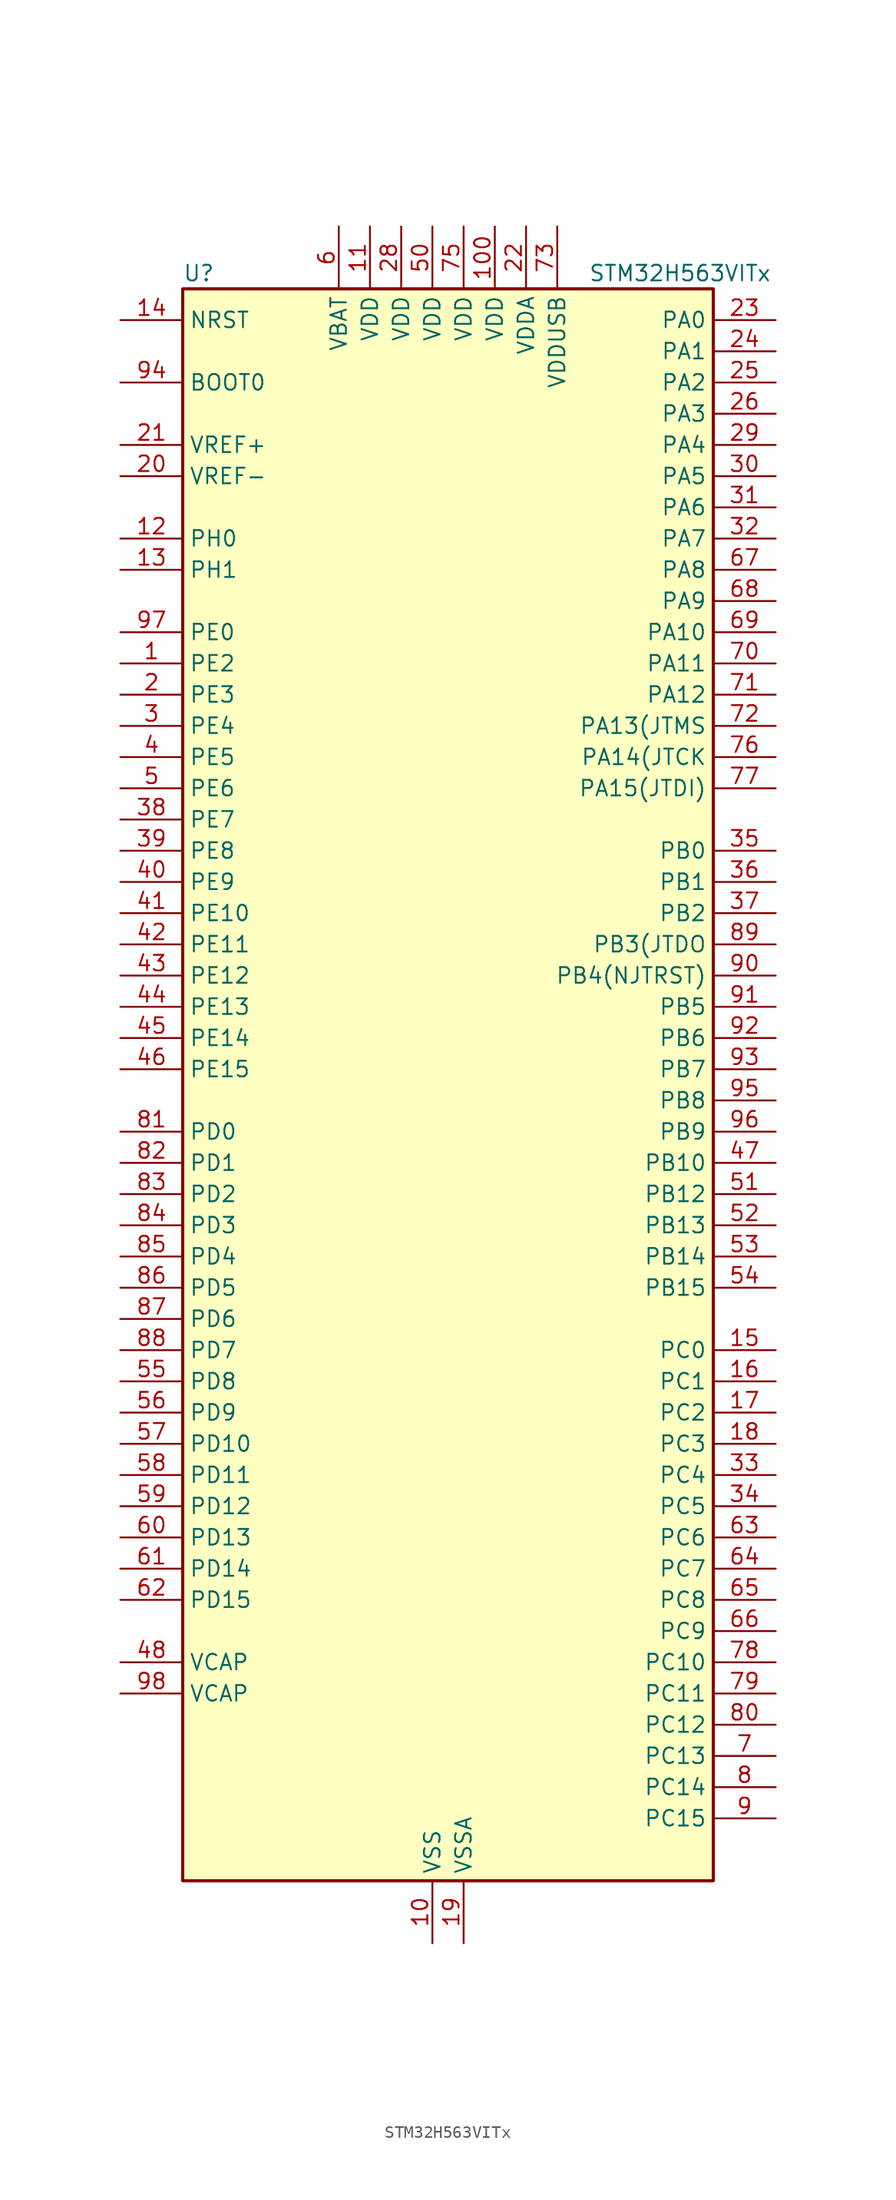
<source format=kicad_sym>
(kicad_symbol_lib
  (version 20231120)
  (generator "kicad_symbol_editor")
  (generator_version "8.0")
  (symbol "STM32H563VITx"
    (property "Reference" "U"
      (at -20.32 67.31 0)
      (effects (font (size 1.27 1.27)) (justify left)))
    (property "Value" "STM32H563VITx"
      (at 12.7 67.31 0)
      (effects (font (size 1.27 1.27)) (justify left)))
    (property "ki_locked" ""
      (at 0 0 0)
      (effects (font (size 1.27 1.27))))
    (symbol "STM32H563VITx_0_1"
      (rectangle (start -20.32 -63.5) (end 22.86 66.04) (stroke (width 0.254) (type default)) (fill (type background))))
    (symbol "STM32H563VITx_1_1"
      (pin bidirectional line (at -25.4 35.56 0) (length 5.08) (name "PE2" (effects (font (size 1.27 1.27)))) (number "1" (effects (font (size 1.27 1.27)))) (alternate "DCMI_D3" bidirectional line) (alternate "DEBUG_TRACECLK" bidirectional line) (alternate "ETH_TXD3" bidirectional line) (alternate "FMC_A23" bidirectional line) (alternate "LPTIM1_IN2" bidirectional line) (alternate "OCTOSPI1_IO2" bidirectional line) (alternate "PSSI_D3" bidirectional line) (alternate "SAI1_CK1" bidirectional line) (alternate "SAI1_MCLK_A" bidirectional line) (alternate "SPI4_SCK" bidirectional line) (alternate "UART8_TX" bidirectional line) (alternate "USART10_RX" bidirectional line))
      (pin power_in line (at 0 -68.58 90) (length 5.08) (name "VSS" (effects (font (size 1.27 1.27)))) (number "10" (effects (font (size 1.27 1.27)))))
      (pin power_in line (at 5.08 71.12 270) (length 5.08) (name "VDD" (effects (font (size 1.27 1.27)))) (number "100" (effects (font (size 1.27 1.27)))))
      (pin power_in line (at -5.08 71.12 270) (length 5.08) (name "VDD" (effects (font (size 1.27 1.27)))) (number "11" (effects (font (size 1.27 1.27)))))
      (pin bidirectional line (at -25.4 45.72 0) (length 5.08) (name "PH0" (effects (font (size 1.27 1.27)))) (number "12" (effects (font (size 1.27 1.27)))) (alternate "RCC_OSC_IN" bidirectional line))
      (pin bidirectional line (at -25.4 43.18 0) (length 5.08) (name "PH1" (effects (font (size 1.27 1.27)))) (number "13" (effects (font (size 1.27 1.27)))) (alternate "RCC_OSC_OUT" bidirectional line))
      (pin input line (at -25.4 63.5 0) (length 5.08) (name "NRST" (effects (font (size 1.27 1.27)))) (number "14" (effects (font (size 1.27 1.27)))))
      (pin bidirectional line (at 27.94 -20.32 180) (length 5.08) (name "PC0" (effects (font (size 1.27 1.27)))) (number "15" (effects (font (size 1.27 1.27)))) (alternate "ADC1_INP10" bidirectional line) (alternate "ADC2_INP10" bidirectional line) (alternate "FMC_A25" bidirectional line) (alternate "FMC_SDNWE" bidirectional line) (alternate "OCTOSPI1_IO7" bidirectional line) (alternate "SAI1_MCLK_A" bidirectional line) (alternate "SAI2_FS_B" bidirectional line) (alternate "SPI2_RDY" bidirectional line) (alternate "TIM16_BKIN" bidirectional line))
      (pin bidirectional line (at 27.94 -22.86 180) (length 5.08) (name "PC1" (effects (font (size 1.27 1.27)))) (number "16" (effects (font (size 1.27 1.27)))) (alternate "ADC1_INN10" bidirectional line) (alternate "ADC1_INP11" bidirectional line) (alternate "ADC2_INN10" bidirectional line) (alternate "ADC2_INP11" bidirectional line) (alternate "DEBUG_TRACED0" bidirectional line) (alternate "ETH_MDC" bidirectional line) (alternate "I2S2_SDO" bidirectional line) (alternate "OCTOSPI1_IO4" bidirectional line) (alternate "PWR_WKUP6" bidirectional line) (alternate "SAI1_D1" bidirectional line) (alternate "SAI1_SD_A" bidirectional line) (alternate "SAI2_SD_A" bidirectional line) (alternate "SPI2_MOSI" bidirectional line) (alternate "TAMP_IN3" bidirectional line) (alternate "TAMP_OUT5" bidirectional line) (alternate "USART11_RTS" bidirectional line))
      (pin bidirectional line (at 27.94 -25.4 180) (length 5.08) (name "PC2" (effects (font (size 1.27 1.27)))) (number "17" (effects (font (size 1.27 1.27)))) (alternate "ADC1_INN11" bidirectional line) (alternate "ADC1_INP12" bidirectional line) (alternate "ADC2_INN11" bidirectional line) (alternate "ADC2_INP12" bidirectional line) (alternate "ETH_TXD2" bidirectional line) (alternate "FMC_SDNE0" bidirectional line) (alternate "I2S2_SDI" bidirectional line) (alternate "OCTOSPI1_IO2" bidirectional line) (alternate "OCTOSPI1_IO5" bidirectional line) (alternate "PWR_CSLEEP" bidirectional line) (alternate "SPI2_MISO" bidirectional line) (alternate "TIM17_CH1" bidirectional line) (alternate "TIM4_CH4" bidirectional line))
      (pin bidirectional line (at 27.94 -27.94 180) (length 5.08) (name "PC3" (effects (font (size 1.27 1.27)))) (number "18" (effects (font (size 1.27 1.27)))) (alternate "ADC1_INN12" bidirectional line) (alternate "ADC1_INP13" bidirectional line) (alternate "ADC2_INN12" bidirectional line) (alternate "ADC2_INP13" bidirectional line) (alternate "ETH_TX_CLK" bidirectional line) (alternate "FMC_SDCKE0" bidirectional line) (alternate "I2S2_SDO" bidirectional line) (alternate "LPTIM3_CH1" bidirectional line) (alternate "OCTOSPI1_IO0" bidirectional line) (alternate "OCTOSPI1_IO6" bidirectional line) (alternate "PWR_CSTOP" bidirectional line) (alternate "SAI1_D3" bidirectional line) (alternate "SPI2_MOSI" bidirectional line))
      (pin power_in line (at 2.54 -68.58 90) (length 5.08) (name "VSSA" (effects (font (size 1.27 1.27)))) (number "19" (effects (font (size 1.27 1.27)))))
      (pin bidirectional line (at -25.4 33.02 0) (length 5.08) (name "PE3" (effects (font (size 1.27 1.27)))) (number "2" (effects (font (size 1.27 1.27)))) (alternate "DEBUG_TRACED0" bidirectional line) (alternate "FMC_A19" bidirectional line) (alternate "SAI1_SD_B" bidirectional line) (alternate "TAMP_IN6" bidirectional line) (alternate "TAMP_OUT3" bidirectional line) (alternate "TIM15_BKIN" bidirectional line) (alternate "USART10_TX" bidirectional line))
      (pin input line (at -25.4 50.8 0) (length 5.08) (name "VREF-" (effects (font (size 1.27 1.27)))) (number "20" (effects (font (size 1.27 1.27)))))
      (pin input line (at -25.4 53.34 0) (length 5.08) (name "VREF+" (effects (font (size 1.27 1.27)))) (number "21" (effects (font (size 1.27 1.27)))))
      (pin power_in line (at 7.62 71.12 270) (length 5.08) (name "VDDA" (effects (font (size 1.27 1.27)))) (number "22" (effects (font (size 1.27 1.27)))))
      (pin bidirectional line (at 27.94 63.5 180) (length 5.08) (name "PA0" (effects (font (size 1.27 1.27)))) (number "23" (effects (font (size 1.27 1.27)))) (alternate "ADC1_INN1" bidirectional line) (alternate "ADC1_INP0" bidirectional line) (alternate "ADC2_INN1" bidirectional line) (alternate "ADC2_INP0" bidirectional line) (alternate "ETH_CRS" bidirectional line) (alternate "PWR_WKUP1" bidirectional line) (alternate "SAI2_SD_B" bidirectional line) (alternate "SPI3_RDY" bidirectional line) (alternate "SPI6_NSS" bidirectional line) (alternate "TAMP_IN2" bidirectional line) (alternate "TAMP_OUT1" bidirectional line) (alternate "TIM15_BKIN" bidirectional line) (alternate "TIM2_CH1" bidirectional line) (alternate "TIM2_ETR" bidirectional line) (alternate "TIM5_CH1" bidirectional line) (alternate "TIM8_ETR" bidirectional line) (alternate "UART4_TX" bidirectional line) (alternate "USART2_CTS" bidirectional line) (alternate "USART2_NSS" bidirectional line))
      (pin bidirectional line (at 27.94 60.96 180) (length 5.08) (name "PA1" (effects (font (size 1.27 1.27)))) (number "24" (effects (font (size 1.27 1.27)))) (alternate "ADC1_INP1" bidirectional line) (alternate "ADC2_INP1" bidirectional line) (alternate "ETH_REF_CLK" bidirectional line) (alternate "ETH_RX_CLK" bidirectional line) (alternate "LPTIM1_IN1" bidirectional line) (alternate "OCTOSPI1_DQS" bidirectional line) (alternate "OCTOSPI1_IO3" bidirectional line) (alternate "SAI2_MCLK_B" bidirectional line) (alternate "TAMP_IN5" bidirectional line) (alternate "TAMP_OUT4" bidirectional line) (alternate "TIM15_CH1N" bidirectional line) (alternate "TIM2_CH2" bidirectional line) (alternate "TIM5_CH2" bidirectional line) (alternate "UART4_RX" bidirectional line) (alternate "USART2_RTS" bidirectional line))
      (pin bidirectional line (at 27.94 58.42 180) (length 5.08) (name "PA2" (effects (font (size 1.27 1.27)))) (number "25" (effects (font (size 1.27 1.27)))) (alternate "ADC1_INP14" bidirectional line) (alternate "ADC2_INP14" bidirectional line) (alternate "ETH_MDIO" bidirectional line) (alternate "LPTIM1_IN2" bidirectional line) (alternate "PWR_WKUP2" bidirectional line) (alternate "SAI2_SCK_B" bidirectional line) (alternate "TAMP_IN4" bidirectional line) (alternate "TAMP_OUT3" bidirectional line) (alternate "TIM15_CH1" bidirectional line) (alternate "TIM2_CH3" bidirectional line) (alternate "TIM5_CH3" bidirectional line) (alternate "USART2_TX" bidirectional line))
      (pin bidirectional line (at 27.94 55.88 180) (length 5.08) (name "PA3" (effects (font (size 1.27 1.27)))) (number "26" (effects (font (size 1.27 1.27)))) (alternate "ADC1_INP15" bidirectional line) (alternate "ADC2_INP15" bidirectional line) (alternate "ETH_COL" bidirectional line) (alternate "I2S2_WS" bidirectional line) (alternate "OCTOSPI1_CLK" bidirectional line) (alternate "SAI1_SD_B" bidirectional line) (alternate "SPI2_NSS" bidirectional line) (alternate "TIM15_CH2" bidirectional line) (alternate "TIM2_CH4" bidirectional line) (alternate "TIM5_CH4" bidirectional line) (alternate "USART2_RX" bidirectional line))
      (pin passive line (at 0 -68.58 90) (length 5.08) hide (name "VSS" (effects (font (size 1.27 1.27)))) (number "27" (effects (font (size 1.27 1.27)))))
      (pin power_in line (at -2.54 71.12 270) (length 5.08) (name "VDD" (effects (font (size 1.27 1.27)))) (number "28" (effects (font (size 1.27 1.27)))))
      (pin bidirectional line (at 27.94 53.34 180) (length 5.08) (name "PA4" (effects (font (size 1.27 1.27)))) (number "29" (effects (font (size 1.27 1.27)))) (alternate "ADC1_INP18" bidirectional line) (alternate "ADC2_INP18" bidirectional line) (alternate "DAC1_OUT1" bidirectional line) (alternate "DCMI_HSYNC" bidirectional line) (alternate "I2S1_WS" bidirectional line) (alternate "I2S3_WS" bidirectional line) (alternate "LPTIM2_CH1" bidirectional line) (alternate "PSSI_DE" bidirectional line) (alternate "SPI1_NSS" bidirectional line) (alternate "SPI3_NSS" bidirectional line) (alternate "SPI6_NSS" bidirectional line) (alternate "TIM5_ETR" bidirectional line) (alternate "USART2_CK" bidirectional line))
      (pin bidirectional line (at -25.4 30.48 0) (length 5.08) (name "PE4" (effects (font (size 1.27 1.27)))) (number "3" (effects (font (size 1.27 1.27)))) (alternate "DCMI_D4" bidirectional line) (alternate "DEBUG_TRACED1" bidirectional line) (alternate "FMC_A20" bidirectional line) (alternate "PSSI_D4" bidirectional line) (alternate "SAI1_D2" bidirectional line) (alternate "SAI1_FS_A" bidirectional line) (alternate "SPI4_NSS" bidirectional line) (alternate "TAMP_IN7" bidirectional line) (alternate "TAMP_OUT8" bidirectional line) (alternate "TIM15_CH1N" bidirectional line))
      (pin bidirectional line (at 27.94 50.8 180) (length 5.08) (name "PA5" (effects (font (size 1.27 1.27)))) (number "30" (effects (font (size 1.27 1.27)))) (alternate "ADC1_INN18" bidirectional line) (alternate "ADC1_INP19" bidirectional line) (alternate "ADC2_INN18" bidirectional line) (alternate "ADC2_INP19" bidirectional line) (alternate "DAC1_OUT2" bidirectional line) (alternate "ETH_TX_EN" bidirectional line) (alternate "I2S1_CK" bidirectional line) (alternate "PSSI_D14" bidirectional line) (alternate "SPI1_SCK" bidirectional line) (alternate "SPI6_SCK" bidirectional line) (alternate "TIM2_CH1" bidirectional line) (alternate "TIM2_ETR" bidirectional line) (alternate "TIM8_CH1N" bidirectional line))
      (pin bidirectional line (at 27.94 48.26 180) (length 5.08) (name "PA6" (effects (font (size 1.27 1.27)))) (number "31" (effects (font (size 1.27 1.27)))) (alternate "ADC1_INP3" bidirectional line) (alternate "ADC2_INP3" bidirectional line) (alternate "DCMI_PIXCLK" bidirectional line) (alternate "I2S1_SDI" bidirectional line) (alternate "OCTOSPI1_IO3" bidirectional line) (alternate "PSSI_PDCK" bidirectional line) (alternate "SPI1_MISO" bidirectional line) (alternate "SPI6_MISO" bidirectional line) (alternate "TIM13_CH1" bidirectional line) (alternate "TIM1_BKIN" bidirectional line) (alternate "TIM3_CH1" bidirectional line) (alternate "TIM8_BKIN" bidirectional line) (alternate "USART11_TX" bidirectional line))
      (pin bidirectional line (at 27.94 45.72 180) (length 5.08) (name "PA7" (effects (font (size 1.27 1.27)))) (number "32" (effects (font (size 1.27 1.27)))) (alternate "ADC1_INN3" bidirectional line) (alternate "ADC1_INP7" bidirectional line) (alternate "ADC2_INN3" bidirectional line) (alternate "ADC2_INP7" bidirectional line) (alternate "ETH_CRS_DV" bidirectional line) (alternate "ETH_RX_DV" bidirectional line) (alternate "FMC_NWE" bidirectional line) (alternate "FMC_SDNWE" bidirectional line) (alternate "I2S1_SDO" bidirectional line) (alternate "OCTOSPI1_IO2" bidirectional line) (alternate "SPI1_MOSI" bidirectional line) (alternate "SPI6_MOSI" bidirectional line) (alternate "TIM14_CH1" bidirectional line) (alternate "TIM1_CH1N" bidirectional line) (alternate "TIM3_CH2" bidirectional line) (alternate "TIM8_CH1N" bidirectional line) (alternate "USART11_RX" bidirectional line))
      (pin bidirectional line (at 27.94 -30.48 180) (length 5.08) (name "PC4" (effects (font (size 1.27 1.27)))) (number "33" (effects (font (size 1.27 1.27)))) (alternate "ADC1_INP4" bidirectional line) (alternate "ADC2_INP4" bidirectional line) (alternate "ETH_RXD0" bidirectional line) (alternate "FMC_SDNE0" bidirectional line) (alternate "I2S1_MCK" bidirectional line) (alternate "LPTIM2_ETR" bidirectional line) (alternate "SAI1_CK1" bidirectional line) (alternate "TIM2_CH4" bidirectional line) (alternate "USART3_RX" bidirectional line))
      (pin bidirectional line (at 27.94 -33.02 180) (length 5.08) (name "PC5" (effects (font (size 1.27 1.27)))) (number "34" (effects (font (size 1.27 1.27)))) (alternate "ADC1_INN4" bidirectional line) (alternate "ADC1_INP8" bidirectional line) (alternate "ADC2_INN4" bidirectional line) (alternate "ADC2_INP8" bidirectional line) (alternate "ETH_RXD1" bidirectional line) (alternate "FMC_SDCKE0" bidirectional line) (alternate "OCTOSPI1_DQS" bidirectional line) (alternate "PSSI_D15" bidirectional line) (alternate "SAI1_D3" bidirectional line) (alternate "SAI1_FS_A" bidirectional line) (alternate "TIM1_CH4N" bidirectional line) (alternate "UART12_RTS" bidirectional line))
      (pin bidirectional line (at 27.94 20.32 180) (length 5.08) (name "PB0" (effects (font (size 1.27 1.27)))) (number "35" (effects (font (size 1.27 1.27)))) (alternate "ADC1_INN5" bidirectional line) (alternate "ADC1_INP9" bidirectional line) (alternate "ADC2_INN5" bidirectional line) (alternate "ADC2_INP9" bidirectional line) (alternate "ETH_RXD2" bidirectional line) (alternate "LPTIM3_CH1" bidirectional line) (alternate "OCTOSPI1_IO1" bidirectional line) (alternate "TIM1_CH2N" bidirectional line) (alternate "TIM3_CH3" bidirectional line) (alternate "TIM8_CH2N" bidirectional line) (alternate "UART4_CTS" bidirectional line) (alternate "USART11_CK" bidirectional line))
      (pin bidirectional line (at 27.94 17.78 180) (length 5.08) (name "PB1" (effects (font (size 1.27 1.27)))) (number "36" (effects (font (size 1.27 1.27)))) (alternate "ADC1_INP5" bidirectional line) (alternate "ADC2_INP5" bidirectional line) (alternate "ETH_RXD3" bidirectional line) (alternate "LPTIM3_CH2" bidirectional line) (alternate "OCTOSPI1_IO0" bidirectional line) (alternate "TIM1_CH3N" bidirectional line) (alternate "TIM3_CH4" bidirectional line) (alternate "TIM8_CH3N" bidirectional line))
      (pin bidirectional line (at 27.94 15.24 180) (length 5.08) (name "PB2" (effects (font (size 1.27 1.27)))) (number "37" (effects (font (size 1.27 1.27)))) (alternate "I2S3_SDO" bidirectional line) (alternate "LPTIM1_CH1" bidirectional line) (alternate "LPTIM5_ETR" bidirectional line) (alternate "OCTOSPI1_CLK" bidirectional line) (alternate "OCTOSPI1_DQS" bidirectional line) (alternate "RCC_LSCO" bidirectional line) (alternate "RTC_OUT2" bidirectional line) (alternate "SAI1_D1" bidirectional line) (alternate "SAI1_SD_A" bidirectional line) (alternate "SDMMC1_CMD" bidirectional line) (alternate "SPI1_RDY" bidirectional line) (alternate "SPI3_MOSI" bidirectional line) (alternate "TIM8_CH4N" bidirectional line))
      (pin bidirectional line (at -25.4 22.86 0) (length 5.08) (name "PE7" (effects (font (size 1.27 1.27)))) (number "38" (effects (font (size 1.27 1.27)))) (alternate "FMC_D4" bidirectional line) (alternate "FMC_DA4" bidirectional line) (alternate "OCTOSPI1_IO4" bidirectional line) (alternate "TIM1_ETR" bidirectional line) (alternate "UART12_RTS" bidirectional line) (alternate "UART7_RX" bidirectional line))
      (pin bidirectional line (at -25.4 20.32 0) (length 5.08) (name "PE8" (effects (font (size 1.27 1.27)))) (number "39" (effects (font (size 1.27 1.27)))) (alternate "FMC_D5" bidirectional line) (alternate "FMC_DA5" bidirectional line) (alternate "OCTOSPI1_IO5" bidirectional line) (alternate "TIM1_CH1N" bidirectional line) (alternate "UART12_CTS" bidirectional line) (alternate "UART7_TX" bidirectional line))
      (pin bidirectional line (at -25.4 27.94 0) (length 5.08) (name "PE5" (effects (font (size 1.27 1.27)))) (number "4" (effects (font (size 1.27 1.27)))) (alternate "DCMI_D6" bidirectional line) (alternate "DEBUG_TRACED2" bidirectional line) (alternate "FMC_A21" bidirectional line) (alternate "PSSI_D6" bidirectional line) (alternate "SAI1_CK2" bidirectional line) (alternate "SAI1_SCK_A" bidirectional line) (alternate "SPI4_MISO" bidirectional line) (alternate "TAMP_IN8" bidirectional line) (alternate "TAMP_OUT7" bidirectional line) (alternate "TIM15_CH1" bidirectional line))
      (pin bidirectional line (at -25.4 17.78 0) (length 5.08) (name "PE9" (effects (font (size 1.27 1.27)))) (number "40" (effects (font (size 1.27 1.27)))) (alternate "DAC1_EXTI9" bidirectional line) (alternate "FMC_D6" bidirectional line) (alternate "FMC_DA6" bidirectional line) (alternate "OCTOSPI1_IO6" bidirectional line) (alternate "TIM1_CH1" bidirectional line) (alternate "UART12_RX" bidirectional line) (alternate "UART7_RTS" bidirectional line))
      (pin bidirectional line (at -25.4 15.24 0) (length 5.08) (name "PE10" (effects (font (size 1.27 1.27)))) (number "41" (effects (font (size 1.27 1.27)))) (alternate "FMC_D7" bidirectional line) (alternate "FMC_DA7" bidirectional line) (alternate "OCTOSPI1_IO7" bidirectional line) (alternate "TIM1_CH2N" bidirectional line) (alternate "UART12_TX" bidirectional line) (alternate "UART7_CTS" bidirectional line))
      (pin bidirectional line (at -25.4 12.7 0) (length 5.08) (name "PE11" (effects (font (size 1.27 1.27)))) (number "42" (effects (font (size 1.27 1.27)))) (alternate "ADC1_EXTI11" bidirectional line) (alternate "ADC2_EXTI11" bidirectional line) (alternate "FMC_D8" bidirectional line) (alternate "FMC_DA8" bidirectional line) (alternate "OCTOSPI1_NCS" bidirectional line) (alternate "SAI2_SD_B" bidirectional line) (alternate "SPI1_RDY" bidirectional line) (alternate "SPI4_NSS" bidirectional line) (alternate "TIM1_CH2" bidirectional line))
      (pin bidirectional line (at -25.4 10.16 0) (length 5.08) (name "PE12" (effects (font (size 1.27 1.27)))) (number "43" (effects (font (size 1.27 1.27)))) (alternate "FMC_D9" bidirectional line) (alternate "FMC_DA9" bidirectional line) (alternate "SAI2_SCK_B" bidirectional line) (alternate "SPI4_SCK" bidirectional line) (alternate "TIM1_CH3N" bidirectional line))
      (pin bidirectional line (at -25.4 7.62 0) (length 5.08) (name "PE13" (effects (font (size 1.27 1.27)))) (number "44" (effects (font (size 1.27 1.27)))) (alternate "FMC_D10" bidirectional line) (alternate "FMC_DA10" bidirectional line) (alternate "SAI2_FS_B" bidirectional line) (alternate "SPI4_MISO" bidirectional line) (alternate "TIM1_CH3" bidirectional line))
      (pin bidirectional line (at -25.4 5.08 0) (length 5.08) (name "PE14" (effects (font (size 1.27 1.27)))) (number "45" (effects (font (size 1.27 1.27)))) (alternate "FMC_D11" bidirectional line) (alternate "FMC_DA11" bidirectional line) (alternate "SAI2_MCLK_B" bidirectional line) (alternate "SPI4_MOSI" bidirectional line) (alternate "TIM1_CH4" bidirectional line))
      (pin bidirectional line (at -25.4 2.54 0) (length 5.08) (name "PE15" (effects (font (size 1.27 1.27)))) (number "46" (effects (font (size 1.27 1.27)))) (alternate "ADC1_EXTI15" bidirectional line) (alternate "ADC2_EXTI15" bidirectional line) (alternate "FMC_D12" bidirectional line) (alternate "FMC_DA12" bidirectional line) (alternate "TIM1_BKIN" bidirectional line) (alternate "TIM1_CH4N" bidirectional line) (alternate "USART10_CK" bidirectional line))
      (pin bidirectional line (at 27.94 -5.08 180) (length 5.08) (name "PB10" (effects (font (size 1.27 1.27)))) (number "47" (effects (font (size 1.27 1.27)))) (alternate "ETH_RX_ER" bidirectional line) (alternate "I2C2_SCL" bidirectional line) (alternate "I2S2_CK" bidirectional line) (alternate "LPTIM2_IN1" bidirectional line) (alternate "LPTIM3_CH1" bidirectional line) (alternate "OCTOSPI1_NCS" bidirectional line) (alternate "SPI2_SCK" bidirectional line) (alternate "TIM2_CH3" bidirectional line) (alternate "USART3_TX" bidirectional line))
      (pin power_out line (at -25.4 -45.72 0) (length 5.08) (name "VCAP" (effects (font (size 1.27 1.27)))) (number "48" (effects (font (size 1.27 1.27)))))
      (pin passive line (at 0 -68.58 90) (length 5.08) hide (name "VSS" (effects (font (size 1.27 1.27)))) (number "49" (effects (font (size 1.27 1.27)))))
      (pin bidirectional line (at -25.4 25.4 0) (length 5.08) (name "PE6" (effects (font (size 1.27 1.27)))) (number "5" (effects (font (size 1.27 1.27)))) (alternate "DCMI_D7" bidirectional line) (alternate "DEBUG_TRACED3" bidirectional line) (alternate "FMC_A22" bidirectional line) (alternate "PSSI_D7" bidirectional line) (alternate "SAI1_D1" bidirectional line) (alternate "SAI1_SD_A" bidirectional line) (alternate "SAI2_MCLK_B" bidirectional line) (alternate "SPI4_MOSI" bidirectional line) (alternate "TAMP_IN3" bidirectional line) (alternate "TAMP_OUT6" bidirectional line) (alternate "TIM15_CH2" bidirectional line) (alternate "TIM1_BKIN2" bidirectional line))
      (pin power_in line (at 0 71.12 270) (length 5.08) (name "VDD" (effects (font (size 1.27 1.27)))) (number "50" (effects (font (size 1.27 1.27)))))
      (pin bidirectional line (at 27.94 -7.62 180) (length 5.08) (name "PB12" (effects (font (size 1.27 1.27)))) (number "51" (effects (font (size 1.27 1.27)))) (alternate "ETH_TXD0" bidirectional line) (alternate "FDCAN2_RX" bidirectional line) (alternate "I2C2_SDA" bidirectional line) (alternate "I2S2_WS" bidirectional line) (alternate "OCTOSPI1_NCLK" bidirectional line) (alternate "SPI2_NSS" bidirectional line) (alternate "TIM1_BKIN" bidirectional line) (alternate "UART5_RX" bidirectional line) (alternate "UCPD1_FRSTX" bidirectional line) (alternate "USART3_CK" bidirectional line))
      (pin bidirectional line (at 27.94 -10.16 180) (length 5.08) (name "PB13" (effects (font (size 1.27 1.27)))) (number "52" (effects (font (size 1.27 1.27)))) (alternate "FDCAN2_TX" bidirectional line) (alternate "I2C2_SMBA" bidirectional line) (alternate "I2S2_CK" bidirectional line) (alternate "LPTIM2_CH1" bidirectional line) (alternate "LPTIM3_IN1" bidirectional line) (alternate "SDMMC1_D0" bidirectional line) (alternate "SPI2_SCK" bidirectional line) (alternate "TIM1_CH1N" bidirectional line) (alternate "UART5_TX" bidirectional line) (alternate "UCPD1_CC1" bidirectional line) (alternate "USART3_CTS" bidirectional line) (alternate "USART3_NSS" bidirectional line))
      (pin bidirectional line (at 27.94 -12.7 180) (length 5.08) (name "PB14" (effects (font (size 1.27 1.27)))) (number "53" (effects (font (size 1.27 1.27)))) (alternate "I2S2_SDI" bidirectional line) (alternate "LPTIM3_ETR" bidirectional line) (alternate "SPI2_MISO" bidirectional line) (alternate "TIM12_CH1" bidirectional line) (alternate "TIM1_CH2N" bidirectional line) (alternate "TIM8_CH2N" bidirectional line) (alternate "UART4_DE" bidirectional line) (alternate "UART4_RTS" bidirectional line) (alternate "UCPD1_CC2" bidirectional line) (alternate "USART1_TX" bidirectional line) (alternate "USART3_RTS" bidirectional line))
      (pin bidirectional line (at 27.94 -15.24 180) (length 5.08) (name "PB15" (effects (font (size 1.27 1.27)))) (number "54" (effects (font (size 1.27 1.27)))) (alternate "ADC1_EXTI15" bidirectional line) (alternate "ADC2_EXTI15" bidirectional line) (alternate "DCMI_D2" bidirectional line) (alternate "ETH_TXD1" bidirectional line) (alternate "I2S2_SDO" bidirectional line) (alternate "OCTOSPI1_CLK" bidirectional line) (alternate "PSSI_D2" bidirectional line) (alternate "PWR_PVD_IN" bidirectional line) (alternate "RTC_REFIN" bidirectional line) (alternate "SPI2_MOSI" bidirectional line) (alternate "TIM12_CH2" bidirectional line) (alternate "TIM1_CH3N" bidirectional line) (alternate "TIM8_CH3N" bidirectional line) (alternate "UART4_CTS" bidirectional line) (alternate "UART5_RX" bidirectional line) (alternate "USART11_CTS" bidirectional line) (alternate "USART11_NSS" bidirectional line) (alternate "USART1_RX" bidirectional line))
      (pin bidirectional line (at -25.4 -22.86 0) (length 5.08) (name "PD8" (effects (font (size 1.27 1.27)))) (number "55" (effects (font (size 1.27 1.27)))) (alternate "FMC_D13" bidirectional line) (alternate "FMC_DA13" bidirectional line) (alternate "USART3_TX" bidirectional line))
      (pin bidirectional line (at -25.4 -25.4 0) (length 5.08) (name "PD9" (effects (font (size 1.27 1.27)))) (number "56" (effects (font (size 1.27 1.27)))) (alternate "DAC1_EXTI9" bidirectional line) (alternate "FDCAN2_RX" bidirectional line) (alternate "FMC_D14" bidirectional line) (alternate "FMC_DA14" bidirectional line) (alternate "USART3_RX" bidirectional line))
      (pin bidirectional line (at -25.4 -27.94 0) (length 5.08) (name "PD10" (effects (font (size 1.27 1.27)))) (number "57" (effects (font (size 1.27 1.27)))) (alternate "FMC_D15" bidirectional line) (alternate "FMC_DA15" bidirectional line) (alternate "LPTIM2_CH2" bidirectional line) (alternate "USART3_CK" bidirectional line))
      (pin bidirectional line (at -25.4 -30.48 0) (length 5.08) (name "PD11" (effects (font (size 1.27 1.27)))) (number "58" (effects (font (size 1.27 1.27)))) (alternate "ADC1_EXTI11" bidirectional line) (alternate "ADC2_EXTI11" bidirectional line) (alternate "FMC_A16" bidirectional line) (alternate "FMC_CLE" bidirectional line) (alternate "I2C4_SMBA" bidirectional line) (alternate "LPTIM2_IN2" bidirectional line) (alternate "OCTOSPI1_IO0" bidirectional line) (alternate "SAI1_CK1" bidirectional line) (alternate "SAI2_SD_A" bidirectional line) (alternate "UART4_RX" bidirectional line) (alternate "USART3_CTS" bidirectional line) (alternate "USART3_NSS" bidirectional line))
      (pin bidirectional line (at -25.4 -33.02 0) (length 5.08) (name "PD12" (effects (font (size 1.27 1.27)))) (number "59" (effects (font (size 1.27 1.27)))) (alternate "DCMI_D12" bidirectional line) (alternate "FMC_A17" bidirectional line) (alternate "FMC_ALE" bidirectional line) (alternate "I2C4_SCL" bidirectional line) (alternate "I3C1_SCL" bidirectional line) (alternate "LPTIM1_IN1" bidirectional line) (alternate "LPTIM2_IN1" bidirectional line) (alternate "OCTOSPI1_IO1" bidirectional line) (alternate "PSSI_D12" bidirectional line) (alternate "SAI1_D1" bidirectional line) (alternate "SAI2_FS_A" bidirectional line) (alternate "TIM4_CH1" bidirectional line) (alternate "UART4_TX" bidirectional line) (alternate "USART3_RTS" bidirectional line))
      (pin power_in line (at -7.62 71.12 270) (length 5.08) (name "VBAT" (effects (font (size 1.27 1.27)))) (number "6" (effects (font (size 1.27 1.27)))))
      (pin bidirectional line (at -25.4 -35.56 0) (length 5.08) (name "PD13" (effects (font (size 1.27 1.27)))) (number "60" (effects (font (size 1.27 1.27)))) (alternate "DCMI_D13" bidirectional line) (alternate "FMC_A18" bidirectional line) (alternate "I2C4_SDA" bidirectional line) (alternate "I3C1_SDA" bidirectional line) (alternate "LPTIM1_CH1" bidirectional line) (alternate "LPTIM2_CH1" bidirectional line) (alternate "LPTIM4_IN1" bidirectional line) (alternate "OCTOSPI1_IO3" bidirectional line) (alternate "PSSI_D13" bidirectional line) (alternate "SAI2_SCK_A" bidirectional line) (alternate "TIM4_CH2" bidirectional line) (alternate "UART9_RTS" bidirectional line))
      (pin bidirectional line (at -25.4 -38.1 0) (length 5.08) (name "PD14" (effects (font (size 1.27 1.27)))) (number "61" (effects (font (size 1.27 1.27)))) (alternate "FMC_D0" bidirectional line) (alternate "FMC_DA0" bidirectional line) (alternate "TIM4_CH3" bidirectional line) (alternate "UART8_CTS" bidirectional line) (alternate "UART9_RX" bidirectional line))
      (pin bidirectional line (at -25.4 -40.64 0) (length 5.08) (name "PD15" (effects (font (size 1.27 1.27)))) (number "62" (effects (font (size 1.27 1.27)))) (alternate "ADC1_EXTI15" bidirectional line) (alternate "ADC2_EXTI15" bidirectional line) (alternate "FMC_D1" bidirectional line) (alternate "FMC_DA1" bidirectional line) (alternate "TIM4_CH4" bidirectional line) (alternate "UART8_RTS" bidirectional line) (alternate "UART9_TX" bidirectional line))
      (pin bidirectional line (at 27.94 -35.56 180) (length 5.08) (name "PC6" (effects (font (size 1.27 1.27)))) (number "63" (effects (font (size 1.27 1.27)))) (alternate "DCMI_D0" bidirectional line) (alternate "FMC_NWAIT" bidirectional line) (alternate "I2S2_MCK" bidirectional line) (alternate "OCTOSPI1_IO5" bidirectional line) (alternate "PSSI_D0" bidirectional line) (alternate "SAI1_SCK_A" bidirectional line) (alternate "SDMMC1_D0DIR" bidirectional line) (alternate "SDMMC1_D6" bidirectional line) (alternate "TIM3_CH1" bidirectional line) (alternate "TIM8_CH1" bidirectional line) (alternate "USART6_TX" bidirectional line))
      (pin bidirectional line (at 27.94 -38.1 180) (length 5.08) (name "PC7" (effects (font (size 1.27 1.27)))) (number "64" (effects (font (size 1.27 1.27)))) (alternate "DCMI_D1" bidirectional line) (alternate "DEBUG_TRGIO" bidirectional line) (alternate "FMC_NE1" bidirectional line) (alternate "I2S3_MCK" bidirectional line) (alternate "OCTOSPI1_IO6" bidirectional line) (alternate "PSSI_D1" bidirectional line) (alternate "SDMMC1_D123DIR" bidirectional line) (alternate "SDMMC1_D7" bidirectional line) (alternate "TIM3_CH2" bidirectional line) (alternate "TIM8_CH2" bidirectional line) (alternate "USART6_RX" bidirectional line))
      (pin bidirectional line (at 27.94 -40.64 180) (length 5.08) (name "PC8" (effects (font (size 1.27 1.27)))) (number "65" (effects (font (size 1.27 1.27)))) (alternate "DCMI_D2" bidirectional line) (alternate "DEBUG_TRACED1" bidirectional line) (alternate "FMC_ALE" bidirectional line) (alternate "FMC_INT" bidirectional line) (alternate "FMC_NCE" bidirectional line) (alternate "FMC_NE2" bidirectional line) (alternate "PSSI_D2" bidirectional line) (alternate "SDMMC1_D0" bidirectional line) (alternate "TIM3_CH3" bidirectional line) (alternate "TIM8_CH3" bidirectional line) (alternate "UART5_DE" bidirectional line) (alternate "UART5_RTS" bidirectional line) (alternate "USART6_CK" bidirectional line))
      (pin bidirectional line (at 27.94 -43.18 180) (length 5.08) (name "PC9" (effects (font (size 1.27 1.27)))) (number "66" (effects (font (size 1.27 1.27)))) (alternate "AUDIOCLK" bidirectional line) (alternate "DAC1_EXTI9" bidirectional line) (alternate "DCMI_D3" bidirectional line) (alternate "FMC_CLE" bidirectional line) (alternate "I2C3_SDA" bidirectional line) (alternate "OCTOSPI1_IO0" bidirectional line) (alternate "PSSI_D3" bidirectional line) (alternate "RCC_MCO_2" bidirectional line) (alternate "SDMMC1_D1" bidirectional line) (alternate "TIM3_CH4" bidirectional line) (alternate "TIM8_CH4" bidirectional line) (alternate "UART5_CTS" bidirectional line) (alternate "UCPD1_DB2" bidirectional line))
      (pin bidirectional line (at 27.94 43.18 180) (length 5.08) (name "PA8" (effects (font (size 1.27 1.27)))) (number "67" (effects (font (size 1.27 1.27)))) (alternate "DCMI_D3" bidirectional line) (alternate "FMC_NOE" bidirectional line) (alternate "I2C3_SCL" bidirectional line) (alternate "PSSI_D3" bidirectional line) (alternate "RCC_MCO_1" bidirectional line) (alternate "SPI1_RDY" bidirectional line) (alternate "TIM1_CH1" bidirectional line) (alternate "TIM8_BKIN2" bidirectional line) (alternate "UART7_RX" bidirectional line) (alternate "USART1_CK" bidirectional line) (alternate "USB_SOF" bidirectional line))
      (pin bidirectional line (at 27.94 40.64 180) (length 5.08) (name "PA9" (effects (font (size 1.27 1.27)))) (number "68" (effects (font (size 1.27 1.27)))) (alternate "DAC1_EXTI9" bidirectional line) (alternate "DCMI_D0" bidirectional line) (alternate "ETH_TX_ER" bidirectional line) (alternate "FMC_NWE" bidirectional line) (alternate "I2C3_SMBA" bidirectional line) (alternate "I2S2_CK" bidirectional line) (alternate "LPUART1_TX" bidirectional line) (alternate "PSSI_D0" bidirectional line) (alternate "SPI2_SCK" bidirectional line) (alternate "TIM1_CH2" bidirectional line) (alternate "UCPD1_DB1" bidirectional line) (alternate "USART1_TX" bidirectional line))
      (pin bidirectional line (at 27.94 38.1 180) (length 5.08) (name "PA10" (effects (font (size 1.27 1.27)))) (number "69" (effects (font (size 1.27 1.27)))) (alternate "DCMI_D1" bidirectional line) (alternate "FDCAN2_TX" bidirectional line) (alternate "LPTIM2_IN2" bidirectional line) (alternate "LPUART1_RX" bidirectional line) (alternate "PSSI_D1" bidirectional line) (alternate "SDMMC1_D0" bidirectional line) (alternate "TIM1_CH3" bidirectional line) (alternate "UCPD1_FRSTX" bidirectional line) (alternate "USART1_RX" bidirectional line))
      (pin bidirectional line (at 27.94 -53.34 180) (length 5.08) (name "PC13" (effects (font (size 1.27 1.27)))) (number "7" (effects (font (size 1.27 1.27)))) (alternate "PWR_WKUP4" bidirectional line) (alternate "RTC_OUT1" bidirectional line) (alternate "RTC_TS" bidirectional line) (alternate "TAMP_IN1" bidirectional line) (alternate "TAMP_OUT2" bidirectional line) (alternate "TAMP_OUT3" bidirectional line))
      (pin bidirectional line (at 27.94 35.56 180) (length 5.08) (name "PA11" (effects (font (size 1.27 1.27)))) (number "70" (effects (font (size 1.27 1.27)))) (alternate "ADC1_EXTI11" bidirectional line) (alternate "ADC2_EXTI11" bidirectional line) (alternate "FDCAN1_RX" bidirectional line) (alternate "I2S2_WS" bidirectional line) (alternate "LPUART1_CTS" bidirectional line) (alternate "SPI2_NSS" bidirectional line) (alternate "TIM1_CH4" bidirectional line) (alternate "UART4_RX" bidirectional line) (alternate "USART1_CTS" bidirectional line) (alternate "USART1_NSS" bidirectional line) (alternate "USB_DM" bidirectional line))
      (pin bidirectional line (at 27.94 33.02 180) (length 5.08) (name "PA12" (effects (font (size 1.27 1.27)))) (number "71" (effects (font (size 1.27 1.27)))) (alternate "FDCAN1_TX" bidirectional line) (alternate "I2S2_CK" bidirectional line) (alternate "LPUART1_RTS" bidirectional line) (alternate "SAI2_FS_B" bidirectional line) (alternate "SPI2_SCK" bidirectional line) (alternate "TIM1_ETR" bidirectional line) (alternate "UART4_TX" bidirectional line) (alternate "USART1_RTS" bidirectional line) (alternate "USB_DP" bidirectional line))
      (pin bidirectional line (at 27.94 30.48 180) (length 5.08) (name "PA13(JTMS" (effects (font (size 1.27 1.27)))) (number "72" (effects (font (size 1.27 1.27)))) (alternate "DEBUG_JTMS-SWDIO" bidirectional line))
      (pin power_in line (at 10.16 71.12 270) (length 5.08) (name "VDDUSB" (effects (font (size 1.27 1.27)))) (number "73" (effects (font (size 1.27 1.27)))))
      (pin passive line (at 0 -68.58 90) (length 5.08) hide (name "VSS" (effects (font (size 1.27 1.27)))) (number "74" (effects (font (size 1.27 1.27)))))
      (pin power_in line (at 2.54 71.12 270) (length 5.08) (name "VDD" (effects (font (size 1.27 1.27)))) (number "75" (effects (font (size 1.27 1.27)))))
      (pin bidirectional line (at 27.94 27.94 180) (length 5.08) (name "PA14(JTCK" (effects (font (size 1.27 1.27)))) (number "76" (effects (font (size 1.27 1.27)))) (alternate "DEBUG_JTCK-SWCLK" bidirectional line))
      (pin bidirectional line (at 27.94 25.4 180) (length 5.08) (name "PA15(JTDI)" (effects (font (size 1.27 1.27)))) (number "77" (effects (font (size 1.27 1.27)))) (alternate "ADC1_EXTI15" bidirectional line) (alternate "ADC2_EXTI15" bidirectional line) (alternate "CEC" bidirectional line) (alternate "DCMI_D11" bidirectional line) (alternate "DEBUG_JTDI" bidirectional line) (alternate "FMC_NBL1" bidirectional line) (alternate "I2S1_WS" bidirectional line) (alternate "I2S3_WS" bidirectional line) (alternate "LPTIM3_IN2" bidirectional line) (alternate "PSSI_D11" bidirectional line) (alternate "SPI1_NSS" bidirectional line) (alternate "SPI3_NSS" bidirectional line) (alternate "SPI6_NSS" bidirectional line) (alternate "TIM2_CH1" bidirectional line) (alternate "TIM2_ETR" bidirectional line) (alternate "UART4_DE" bidirectional line) (alternate "UART4_RTS" bidirectional line) (alternate "UART7_TX" bidirectional line))
      (pin bidirectional line (at 27.94 -45.72 180) (length 5.08) (name "PC10" (effects (font (size 1.27 1.27)))) (number "78" (effects (font (size 1.27 1.27)))) (alternate "DCMI_D8" bidirectional line) (alternate "ETH_TXD0" bidirectional line) (alternate "I2S3_CK" bidirectional line) (alternate "LPTIM3_ETR" bidirectional line) (alternate "OCTOSPI1_IO1" bidirectional line) (alternate "PSSI_D8" bidirectional line) (alternate "SDMMC1_D2" bidirectional line) (alternate "SPI3_SCK" bidirectional line) (alternate "UART4_TX" bidirectional line) (alternate "USART3_TX" bidirectional line))
      (pin bidirectional line (at 27.94 -48.26 180) (length 5.08) (name "PC11" (effects (font (size 1.27 1.27)))) (number "79" (effects (font (size 1.27 1.27)))) (alternate "ADC1_EXTI11" bidirectional line) (alternate "ADC2_EXTI11" bidirectional line) (alternate "DCMI_D4" bidirectional line) (alternate "I2S3_SDI" bidirectional line) (alternate "LPTIM3_IN1" bidirectional line) (alternate "OCTOSPI1_NCS" bidirectional line) (alternate "PSSI_D4" bidirectional line) (alternate "SDMMC1_D3" bidirectional line) (alternate "SPI3_MISO" bidirectional line) (alternate "UART4_RX" bidirectional line) (alternate "USART3_RX" bidirectional line))
      (pin bidirectional line (at 27.94 -55.88 180) (length 5.08) (name "PC14" (effects (font (size 1.27 1.27)))) (number "8" (effects (font (size 1.27 1.27)))) (alternate "RCC_OSC32_IN" bidirectional line))
      (pin bidirectional line (at 27.94 -50.8 180) (length 5.08) (name "PC12" (effects (font (size 1.27 1.27)))) (number "80" (effects (font (size 1.27 1.27)))) (alternate "DCMI_D9" bidirectional line) (alternate "DEBUG_TRACED3" bidirectional line) (alternate "I2S3_SDO" bidirectional line) (alternate "PSSI_D9" bidirectional line) (alternate "SDMMC1_CK" bidirectional line) (alternate "SPI3_MOSI" bidirectional line) (alternate "SPI6_SCK" bidirectional line) (alternate "TIM15_CH1" bidirectional line) (alternate "UART5_TX" bidirectional line) (alternate "USART3_CK" bidirectional line))
      (pin bidirectional line (at -25.4 -2.54 0) (length 5.08) (name "PD0" (effects (font (size 1.27 1.27)))) (number "81" (effects (font (size 1.27 1.27)))) (alternate "FDCAN1_RX" bidirectional line) (alternate "FMC_D2" bidirectional line) (alternate "FMC_DA2" bidirectional line) (alternate "TIM8_CH4N" bidirectional line) (alternate "UART4_RX" bidirectional line) (alternate "UART9_CTS" bidirectional line))
      (pin bidirectional line (at -25.4 -5.08 0) (length 5.08) (name "PD1" (effects (font (size 1.27 1.27)))) (number "82" (effects (font (size 1.27 1.27)))) (alternate "FDCAN1_TX" bidirectional line) (alternate "FMC_D3" bidirectional line) (alternate "FMC_DA3" bidirectional line) (alternate "UART4_TX" bidirectional line))
      (pin bidirectional line (at -25.4 -7.62 0) (length 5.08) (name "PD2" (effects (font (size 1.27 1.27)))) (number "83" (effects (font (size 1.27 1.27)))) (alternate "DCMI_D11" bidirectional line) (alternate "DEBUG_TRACED2" bidirectional line) (alternate "LPTIM4_ETR" bidirectional line) (alternate "PSSI_D11" bidirectional line) (alternate "PWR_WKUP7" bidirectional line) (alternate "SDMMC1_CMD" bidirectional line) (alternate "TIM15_BKIN" bidirectional line) (alternate "TIM3_ETR" bidirectional line) (alternate "UART5_RX" bidirectional line))
      (pin bidirectional line (at -25.4 -10.16 0) (length 5.08) (name "PD3" (effects (font (size 1.27 1.27)))) (number "84" (effects (font (size 1.27 1.27)))) (alternate "DCMI_D5" bidirectional line) (alternate "FMC_CLK" bidirectional line) (alternate "I2S2_CK" bidirectional line) (alternate "PSSI_D5" bidirectional line) (alternate "PWR_WKUP8" bidirectional line) (alternate "SPI2_SCK" bidirectional line) (alternate "USART2_CTS" bidirectional line) (alternate "USART2_NSS" bidirectional line))
      (pin bidirectional line (at -25.4 -12.7 0) (length 5.08) (name "PD4" (effects (font (size 1.27 1.27)))) (number "85" (effects (font (size 1.27 1.27)))) (alternate "FMC_NOE" bidirectional line) (alternate "OCTOSPI1_IO4" bidirectional line) (alternate "USART2_RTS" bidirectional line))
      (pin bidirectional line (at -25.4 -15.24 0) (length 5.08) (name "PD5" (effects (font (size 1.27 1.27)))) (number "86" (effects (font (size 1.27 1.27)))) (alternate "FDCAN1_TX" bidirectional line) (alternate "FMC_NWE" bidirectional line) (alternate "OCTOSPI1_IO5" bidirectional line) (alternate "SPI2_RDY" bidirectional line) (alternate "TIM1_CH4N" bidirectional line) (alternate "USART2_TX" bidirectional line))
      (pin bidirectional line (at -25.4 -17.78 0) (length 5.08) (name "PD6" (effects (font (size 1.27 1.27)))) (number "87" (effects (font (size 1.27 1.27)))) (alternate "DCMI_D10" bidirectional line) (alternate "FMC_NWAIT" bidirectional line) (alternate "I2S3_SDO" bidirectional line) (alternate "OCTOSPI1_IO6" bidirectional line) (alternate "PSSI_D10" bidirectional line) (alternate "SAI1_D1" bidirectional line) (alternate "SAI1_SD_A" bidirectional line) (alternate "SPI3_MOSI" bidirectional line) (alternate "USART2_RX" bidirectional line))
      (pin bidirectional line (at -25.4 -20.32 0) (length 5.08) (name "PD7" (effects (font (size 1.27 1.27)))) (number "88" (effects (font (size 1.27 1.27)))) (alternate "FMC_NCE" bidirectional line) (alternate "FMC_NE1" bidirectional line) (alternate "I2S1_SDO" bidirectional line) (alternate "LPTIM4_OUT" bidirectional line) (alternate "OCTOSPI1_IO7" bidirectional line) (alternate "SPI1_MOSI" bidirectional line) (alternate "USART2_CK" bidirectional line))
      (pin bidirectional line (at 27.94 12.7 180) (length 5.08) (name "PB3(JTDO" (effects (font (size 1.27 1.27)))) (number "89" (effects (font (size 1.27 1.27)))) (alternate "CRS_SYNC" bidirectional line) (alternate "DEBUG_JTDO-SWO" bidirectional line) (alternate "I2C2_SDA" bidirectional line) (alternate "I2S1_CK" bidirectional line) (alternate "I2S3_CK" bidirectional line) (alternate "LPTIM6_ETR" bidirectional line) (alternate "SPI1_SCK" bidirectional line) (alternate "SPI3_SCK" bidirectional line) (alternate "SPI6_SCK" bidirectional line) (alternate "TIM2_CH2" bidirectional line) (alternate "UART12_CTS" bidirectional line) (alternate "UART7_RX" bidirectional line))
      (pin bidirectional line (at 27.94 -58.42 180) (length 5.08) (name "PC15" (effects (font (size 1.27 1.27)))) (number "9" (effects (font (size 1.27 1.27)))) (alternate "ADC1_EXTI15" bidirectional line) (alternate "ADC2_EXTI15" bidirectional line) (alternate "RCC_OSC32_OUT" bidirectional line))
      (pin bidirectional line (at 27.94 10.16 180) (length 5.08) (name "PB4(NJTRST)" (effects (font (size 1.27 1.27)))) (number "90" (effects (font (size 1.27 1.27)))) (alternate "DCMI_D7" bidirectional line) (alternate "DEBUG_JTRST" bidirectional line) (alternate "I2S1_SDI" bidirectional line) (alternate "I2S2_WS" bidirectional line) (alternate "I2S3_SDI" bidirectional line) (alternate "LPTIM1_CH2" bidirectional line) (alternate "OCTOSPI1_CLK" bidirectional line) (alternate "PSSI_D7" bidirectional line) (alternate "SPI1_MISO" bidirectional line) (alternate "SPI2_NSS" bidirectional line) (alternate "SPI3_MISO" bidirectional line) (alternate "SPI6_MISO" bidirectional line) (alternate "TIM16_BKIN" bidirectional line) (alternate "TIM3_CH1" bidirectional line) (alternate "UART7_TX" bidirectional line))
      (pin bidirectional line (at 27.94 7.62 180) (length 5.08) (name "PB5" (effects (font (size 1.27 1.27)))) (number "91" (effects (font (size 1.27 1.27)))) (alternate "DCMI_D10" bidirectional line) (alternate "ETH_PPS_OUT" bidirectional line) (alternate "FDCAN2_RX" bidirectional line) (alternate "FMC_SDCKE1" bidirectional line) (alternate "I2C1_SMBA" bidirectional line) (alternate "I2C4_SMBA" bidirectional line) (alternate "I2S1_SDO" bidirectional line) (alternate "I2S3_SDO" bidirectional line) (alternate "OCTOSPI1_NCLK" bidirectional line) (alternate "PSSI_D10" bidirectional line) (alternate "SPI1_MOSI" bidirectional line) (alternate "SPI3_MOSI" bidirectional line) (alternate "SPI6_MOSI" bidirectional line) (alternate "TIM17_BKIN" bidirectional line) (alternate "TIM3_CH2" bidirectional line) (alternate "UART5_RX" bidirectional line))
      (pin bidirectional line (at 27.94 5.08 180) (length 5.08) (name "PB6" (effects (font (size 1.27 1.27)))) (number "92" (effects (font (size 1.27 1.27)))) (alternate "CEC" bidirectional line) (alternate "DCMI_D5" bidirectional line) (alternate "FDCAN2_TX" bidirectional line) (alternate "FMC_SDNE1" bidirectional line) (alternate "I2C1_SCL" bidirectional line) (alternate "I2C4_SCL" bidirectional line) (alternate "I3C1_SCL" bidirectional line) (alternate "LPUART1_TX" bidirectional line) (alternate "OCTOSPI1_NCS" bidirectional line) (alternate "PSSI_D5" bidirectional line) (alternate "TIM16_CH1N" bidirectional line) (alternate "TIM4_CH1" bidirectional line) (alternate "UART5_TX" bidirectional line) (alternate "USART1_TX" bidirectional line))
      (pin bidirectional line (at 27.94 2.54 180) (length 5.08) (name "PB7" (effects (font (size 1.27 1.27)))) (number "93" (effects (font (size 1.27 1.27)))) (alternate "DCMI_VSYNC" bidirectional line) (alternate "FDCAN1_TX" bidirectional line) (alternate "FMC_NL" bidirectional line) (alternate "I2C1_SDA" bidirectional line) (alternate "I2C4_SDA" bidirectional line) (alternate "I3C1_SDA" bidirectional line) (alternate "LPUART1_RX" bidirectional line) (alternate "PSSI_RDY" bidirectional line) (alternate "PWR_WKUP5" bidirectional line) (alternate "TIM17_CH1N" bidirectional line) (alternate "TIM4_CH2" bidirectional line) (alternate "USART1_RX" bidirectional line))
      (pin input line (at -25.4 58.42 0) (length 5.08) (name "BOOT0" (effects (font (size 1.27 1.27)))) (number "94" (effects (font (size 1.27 1.27)))))
      (pin bidirectional line (at 27.94 0 180) (length 5.08) (name "PB8" (effects (font (size 1.27 1.27)))) (number "95" (effects (font (size 1.27 1.27)))) (alternate "DCMI_D6" bidirectional line) (alternate "ETH_TXD3" bidirectional line) (alternate "FDCAN1_RX" bidirectional line) (alternate "I2C1_SCL" bidirectional line) (alternate "I2C4_SCL" bidirectional line) (alternate "I3C1_SCL" bidirectional line) (alternate "PSSI_D6" bidirectional line) (alternate "SDMMC1_CKIN" bidirectional line) (alternate "SDMMC1_D4" bidirectional line) (alternate "SPI4_RDY" bidirectional line) (alternate "TIM16_CH1" bidirectional line) (alternate "TIM4_CH3" bidirectional line) (alternate "UART4_RX" bidirectional line))
      (pin bidirectional line (at 27.94 -2.54 180) (length 5.08) (name "PB9" (effects (font (size 1.27 1.27)))) (number "96" (effects (font (size 1.27 1.27)))) (alternate "DAC1_EXTI9" bidirectional line) (alternate "DCMI_D7" bidirectional line) (alternate "FDCAN1_TX" bidirectional line) (alternate "I2C1_SDA" bidirectional line) (alternate "I2C4_SDA" bidirectional line) (alternate "I2S2_WS" bidirectional line) (alternate "I3C1_SDA" bidirectional line) (alternate "PSSI_D7" bidirectional line) (alternate "SDMMC1_CDIR" bidirectional line) (alternate "SDMMC1_D5" bidirectional line) (alternate "SPI2_NSS" bidirectional line) (alternate "TIM17_CH1" bidirectional line) (alternate "TIM4_CH4" bidirectional line) (alternate "UART4_TX" bidirectional line))
      (pin bidirectional line (at -25.4 38.1 0) (length 5.08) (name "PE0" (effects (font (size 1.27 1.27)))) (number "97" (effects (font (size 1.27 1.27)))) (alternate "DCMI_D2" bidirectional line) (alternate "FDCAN1_RX" bidirectional line) (alternate "FMC_NBL0" bidirectional line) (alternate "LPTIM1_ETR" bidirectional line) (alternate "LPTIM2_CH2" bidirectional line) (alternate "LPTIM2_ETR" bidirectional line) (alternate "PSSI_D2" bidirectional line) (alternate "SAI2_MCLK_A" bidirectional line) (alternate "SPI3_RDY" bidirectional line) (alternate "TIM4_ETR" bidirectional line) (alternate "UART8_RX" bidirectional line))
      (pin power_out line (at -25.4 -48.26 0) (length 5.08) (name "VCAP" (effects (font (size 1.27 1.27)))) (number "98" (effects (font (size 1.27 1.27)))))
      (pin passive line (at 0 -68.58 90) (length 5.08) hide (name "VSS" (effects (font (size 1.27 1.27)))) (number "99" (effects (font (size 1.27 1.27))))))))
</source>
